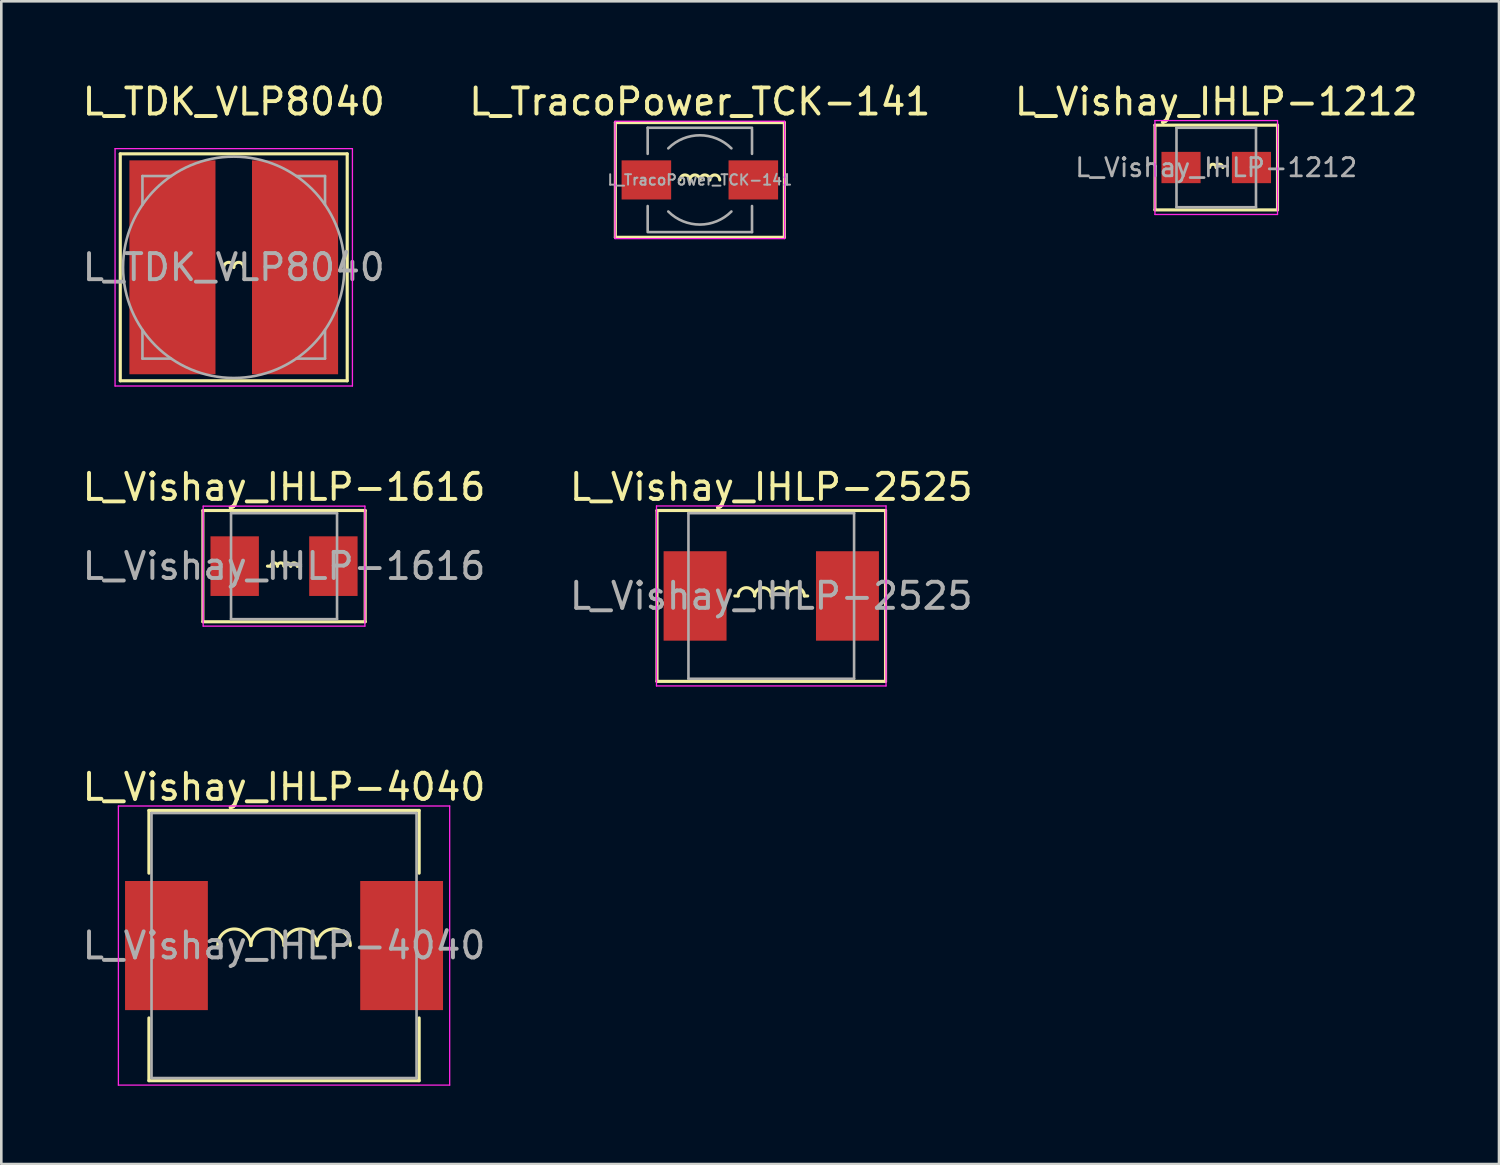
<source format=kicad_pcb>
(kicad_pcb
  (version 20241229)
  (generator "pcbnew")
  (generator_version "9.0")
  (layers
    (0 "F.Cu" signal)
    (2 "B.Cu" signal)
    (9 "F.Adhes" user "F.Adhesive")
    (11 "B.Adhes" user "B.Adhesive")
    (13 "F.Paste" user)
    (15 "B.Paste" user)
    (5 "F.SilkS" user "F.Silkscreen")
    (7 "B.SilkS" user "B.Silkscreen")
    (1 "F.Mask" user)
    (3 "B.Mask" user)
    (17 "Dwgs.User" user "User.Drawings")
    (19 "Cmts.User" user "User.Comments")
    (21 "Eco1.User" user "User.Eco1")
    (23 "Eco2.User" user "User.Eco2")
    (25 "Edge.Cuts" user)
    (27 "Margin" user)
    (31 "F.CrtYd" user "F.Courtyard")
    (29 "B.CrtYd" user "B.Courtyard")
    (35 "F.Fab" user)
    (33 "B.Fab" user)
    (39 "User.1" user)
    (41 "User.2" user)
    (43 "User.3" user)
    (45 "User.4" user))
  (footprint "L_Vishay_IHLP-2525"
    (layer "F.Cu")
    (at 26.518 19.797)
    (property "Reference" "L_Vishay_IHLP-2525" (at 0 -4.175 0) (layer "F.SilkS") (effects (font (size 1 1) (thickness 0.15))))
    (attr smd)
    (fp_line (start -4.381 -3.275) (end -4.381 3.275) (stroke (width 0.12) (type solid)) (layer "F.SilkS"))
    (fp_line (start -4.381 -3.275) (end 4.381 -3.275) (stroke (width 0.12) (type solid)) (layer "F.SilkS"))
    (fp_line (start -4.381 3.275) (end 4.381 3.275) (stroke (width 0.12) (type solid)) (layer "F.SilkS"))
    (fp_line (start -1.27 0) (end -1.397 0) (stroke (width 0.12) (type solid)) (layer "F.SilkS"))
    (fp_line (start 1.397 0) (end 1.27 0) (stroke (width 0.12) (type solid)) (layer "F.SilkS"))
    (fp_line (start 4.381 3.275) (end 4.381 -3.275) (stroke (width 0.12) (type solid)) (layer "F.SilkS"))
    (fp_arc (start -1.27 0) (mid -0.9525 -0.3175) (end -0.635 0) (stroke (width 0.12) (type solid)) (layer "F.SilkS"))
    (fp_arc (start -0.635 0) (mid -0.3175 -0.3175) (end 0 0) (stroke (width 0.12) (type solid)) (layer "F.SilkS"))
    (fp_arc (start 0 0) (mid 0.3175 -0.3175) (end 0.635 0) (stroke (width 0.12) (type solid)) (layer "F.SilkS"))
    (fp_arc (start 0.635 0) (mid 0.9525 -0.3175) (end 1.27 0) (stroke (width 0.12) (type solid)) (layer "F.SilkS"))
    (fp_line (start -4.4 -3.45) (end -4.4 3.45) (stroke (width 0.05) (type solid)) (layer "F.CrtYd"))
    (fp_line (start -4.4 3.45) (end 4.4 3.45) (stroke (width 0.05) (type solid)) (layer "F.CrtYd"))
    (fp_line (start 4.4 -3.45) (end -4.4 -3.45) (stroke (width 0.05) (type solid)) (layer "F.CrtYd"))
    (fp_line (start 4.4 3.45) (end 4.4 -3.45) (stroke (width 0.05) (type solid)) (layer "F.CrtYd"))
    (fp_line (start -3.175 -3.175) (end -3.175 3.175) (stroke (width 0.1) (type solid)) (layer "F.Fab"))
    (fp_line (start -3.175 3.175) (end 3.175 3.175) (stroke (width 0.1) (type solid)) (layer "F.Fab"))
    (fp_line (start 3.175 -3.175) (end -3.175 -3.175) (stroke (width 0.1) (type solid)) (layer "F.Fab"))
    (fp_line (start 3.175 3.175) (end 3.175 -3.175) (stroke (width 0.1) (type solid)) (layer "F.Fab"))
    (fp_text user "${REFERENCE}" (at 0 0 0) (layer "F.Fab") (effects (font (size 1 1) (thickness 0.15))))
    (pad "1" smd rect (at -2.921 0) (size 2.413 3.429) (layers "F.Cu" "F.Mask" "F.Paste"))
    (pad "2" smd rect (at 2.921 0) (size 2.413 3.429) (layers "F.Cu" "F.Mask" "F.Paste")))
  (footprint "L_Vishay_IHLP-4040"
    (layer "F.Cu")
    (at 7.839 33.2)
    (property "Reference" "L_Vishay_IHLP-4040" (at 0 -6.08 0) (layer "F.SilkS") (effects (font (size 1 1) (thickness 0.15))))
    (attr smd)
    (fp_line (start -5.18 -5.18) (end 5.18 -5.18) (stroke (width 0.12) (type solid)) (layer "F.SilkS"))
    (fp_line (start -5.18 -2.775) (end -5.18 -5.18) (stroke (width 0.12) (type solid)) (layer "F.SilkS"))
    (fp_line (start -5.18 2.775) (end -5.18 5.18) (stroke (width 0.12) (type solid)) (layer "F.SilkS"))
    (fp_line (start -5.18 5.18) (end 5.18 5.18) (stroke (width 0.12) (type solid)) (layer "F.SilkS"))
    (fp_line (start 5.18 -5.18) (end 5.18 -2.775) (stroke (width 0.12) (type solid)) (layer "F.SilkS"))
    (fp_line (start 5.18 5.18) (end 5.18 2.775) (stroke (width 0.12) (type solid)) (layer "F.SilkS"))
    (fp_arc (start -2.54 0) (mid -1.905 -0.635) (end -1.27 0) (stroke (width 0.12) (type solid)) (layer "F.SilkS"))
    (fp_arc (start -1.27 0) (mid -0.635 -0.635) (end 0 0) (stroke (width 0.12) (type solid)) (layer "F.SilkS"))
    (fp_arc (start 0 0) (mid 0.635 -0.635) (end 1.27 0) (stroke (width 0.12) (type solid)) (layer "F.SilkS"))
    (fp_arc (start 1.27 0) (mid 1.905 -0.635) (end 2.54 0) (stroke (width 0.12) (type solid)) (layer "F.SilkS"))
    (fp_line (start -6.35 -5.35) (end -6.35 5.35) (stroke (width 0.05) (type solid)) (layer "F.CrtYd"))
    (fp_line (start -6.35 5.35) (end 6.35 5.35) (stroke (width 0.05) (type solid)) (layer "F.CrtYd"))
    (fp_line (start 6.35 -5.35) (end -6.35 -5.35) (stroke (width 0.05) (type solid)) (layer "F.CrtYd"))
    (fp_line (start 6.35 5.35) (end 6.35 -5.35) (stroke (width 0.05) (type solid)) (layer "F.CrtYd"))
    (fp_line (start -5.08 -5.08) (end -5.08 5.08) (stroke (width 0.1) (type solid)) (layer "F.Fab"))
    (fp_line (start -5.08 5.08) (end 5.08 5.08) (stroke (width 0.1) (type solid)) (layer "F.Fab"))
    (fp_line (start 5.08 -5.08) (end -5.08 -5.08) (stroke (width 0.1) (type solid)) (layer "F.Fab"))
    (fp_line (start 5.08 5.08) (end 5.08 -5.08) (stroke (width 0.1) (type solid)) (layer "F.Fab"))
    (fp_text user "${REFERENCE}" (at 0 0 0) (layer "F.Fab") (effects (font (size 1 1) (thickness 0.15))))
    (pad "1" smd rect (at -4.508 0) (size 3.175 4.95) (layers "F.Cu" "F.Mask" "F.Paste"))
    (pad "2" smd rect (at 4.508 0) (size 3.175 4.95) (layers "F.Cu" "F.Mask" "F.Paste")))
  (footprint "L_Vishay_IHLP-1212"
    (layer "F.Cu")
    (at 43.577 3.372)
    (property "Reference" "L_Vishay_IHLP-1212" (at 0 -2.524 0) (layer "F.SilkS") (effects (font (size 1 1) (thickness 0.15))))
    (attr smd)
    (fp_line (start -2.349 -1.624) (end -2.349 1.624) (stroke (width 0.12) (type solid)) (layer "F.SilkS"))
    (fp_line (start -2.349 -1.624) (end 2.349 -1.624) (stroke (width 0.12) (type solid)) (layer "F.SilkS"))
    (fp_line (start -2.349 1.624) (end 2.349 1.624) (stroke (width 0.12) (type solid)) (layer "F.SilkS"))
    (fp_line (start 2.349 -1.624) (end 2.349 1.624) (stroke (width 0.12) (type solid)) (layer "F.SilkS"))
    (fp_arc (start -0.254 0) (mid -0.127 -0.127) (end 0 0) (stroke (width 0.12) (type solid)) (layer "F.SilkS"))
    (fp_arc (start 0 0) (mid 0.127 -0.127) (end 0.254 0) (stroke (width 0.12) (type solid)) (layer "F.SilkS"))
    (fp_line (start -2.35 -1.8) (end -2.35 1.8) (stroke (width 0.05) (type solid)) (layer "F.CrtYd"))
    (fp_line (start -2.35 1.8) (end 2.35 1.8) (stroke (width 0.05) (type solid)) (layer "F.CrtYd"))
    (fp_line (start 2.35 -1.8) (end -2.35 -1.8) (stroke (width 0.05) (type solid)) (layer "F.CrtYd"))
    (fp_line (start 2.35 1.8) (end 2.35 -1.8) (stroke (width 0.05) (type solid)) (layer "F.CrtYd"))
    (fp_line (start -1.524 -1.524) (end -1.524 1.524) (stroke (width 0.1) (type solid)) (layer "F.Fab"))
    (fp_line (start -1.524 1.524) (end 1.524 1.524) (stroke (width 0.1) (type solid)) (layer "F.Fab"))
    (fp_line (start 1.524 -1.524) (end -1.524 -1.524) (stroke (width 0.1) (type solid)) (layer "F.Fab"))
    (fp_line (start 1.524 1.524) (end 1.524 -1.524) (stroke (width 0.1) (type solid)) (layer "F.Fab"))
    (fp_text user "${REFERENCE}" (at 0 0 0) (layer "F.Fab") (effects (font (size 0.7 0.7) (thickness 0.105))))
    (pad "1" smd rect (at -1.35 0) (size 1.5 1.2) (layers "F.Cu" "F.Mask" "F.Paste"))
    (pad "2" smd rect (at 1.35 0) (size 1.5 1.2) (layers "F.Cu" "F.Mask" "F.Paste")))
  (footprint "L_TDK_VLP8040"
    (layer "F.Cu")
    (at 5.911 7.198)
    (property "Reference" "L_TDK_VLP8040" (at 0 -6.35 0) (layer "F.SilkS") (effects (font (size 1 1) (thickness 0.15))))
    (attr smd)
    (fp_line (start -4.35 -4.35) (end -4.35 4.35) (stroke (width 0.12) (type solid)) (layer "F.SilkS"))
    (fp_line (start -4.35 -4.35) (end 4.35 -4.35) (stroke (width 0.12) (type solid)) (layer "F.SilkS"))
    (fp_line (start -4.35 4.35) (end 4.35 4.35) (stroke (width 0.12) (type solid)) (layer "F.SilkS"))
    (fp_line (start 4.35 4.35) (end 4.35 -4.35) (stroke (width 0.12) (type solid)) (layer "F.SilkS"))
    (fp_arc (start -0.381 0) (mid -0.1905 -0.1905) (end 0 0) (stroke (width 0.12) (type solid)) (layer "F.SilkS"))
    (fp_arc (start 0 0) (mid 0.1905 -0.1905) (end 0.381 0) (stroke (width 0.12) (type solid)) (layer "F.SilkS"))
    (fp_line (start -4.55 -4.55) (end -4.55 4.55) (stroke (width 0.05) (type solid)) (layer "F.CrtYd"))
    (fp_line (start -4.55 4.55) (end 4.55 4.55) (stroke (width 0.05) (type solid)) (layer "F.CrtYd"))
    (fp_line (start 4.55 -4.55) (end -4.55 -4.55) (stroke (width 0.05) (type solid)) (layer "F.CrtYd"))
    (fp_line (start 4.55 4.55) (end 4.55 -4.55) (stroke (width 0.05) (type solid)) (layer "F.CrtYd"))
    (fp_line (start -3.5 -3.5) (end -2.4 -3.5) (stroke (width 0.1) (type solid)) (layer "F.Fab"))
    (fp_line (start -3.5 -2.4) (end -3.5 -3.5) (stroke (width 0.1) (type solid)) (layer "F.Fab"))
    (fp_line (start -3.5 2.4) (end -3.5 3.5) (stroke (width 0.1) (type solid)) (layer "F.Fab"))
    (fp_line (start -3.5 3.5) (end -2.4 3.5) (stroke (width 0.1) (type solid)) (layer "F.Fab"))
    (fp_line (start 3.5 -3.5) (end 2.4 -3.5) (stroke (width 0.1) (type solid)) (layer "F.Fab"))
    (fp_line (start 3.5 -3.5) (end 3.5 -2.4) (stroke (width 0.1) (type solid)) (layer "F.Fab"))
    (fp_line (start 3.5 2.4) (end 3.5 3.5) (stroke (width 0.1) (type solid)) (layer "F.Fab"))
    (fp_line (start 3.5 3.5) (end 2.4 3.5) (stroke (width 0.1) (type solid)) (layer "F.Fab"))
    (fp_circle (center 0 0) (end 3 3) (stroke (width 0.1) (type solid)) (fill no) (layer "F.Fab"))
    (fp_text user "${REFERENCE}" (at 0 0 0) (layer "F.Fab") (effects (font (size 1 1) (thickness 0.15))))
    (pad "1" smd rect (at -2.35 0) (size 3.3 8.2) (layers "F.Cu" "F.Mask" "F.Paste"))
    (pad "2" smd rect (at 2.35 0) (size 3.3 8.2) (layers "F.Cu" "F.Mask" "F.Paste")))
  (footprint "L_Vishay_IHLP-1616"
    (layer "F.Cu")
    (at 7.839 18.654)
    (property "Reference" "L_Vishay_IHLP-1616" (at 0 -3.032 0) (layer "F.SilkS") (effects (font (size 1 1) (thickness 0.15))))
    (attr smd)
    (fp_line (start -3.111 -2.132) (end -3.111 2.132) (stroke (width 0.12) (type solid)) (layer "F.SilkS"))
    (fp_line (start -3.111 -2.132) (end 3.111 -2.132) (stroke (width 0.12) (type solid)) (layer "F.SilkS"))
    (fp_line (start -3.111 2.132) (end 3.111 2.132) (stroke (width 0.12) (type solid)) (layer "F.SilkS"))
    (fp_line (start -0.635 0) (end -0.508 0) (stroke (width 0.12) (type solid)) (layer "F.SilkS"))
    (fp_line (start 0.508 0) (end 0.635 0) (stroke (width 0.12) (type solid)) (layer "F.SilkS"))
    (fp_line (start 3.111 2.132) (end 3.111 -2.132) (stroke (width 0.12) (type solid)) (layer "F.SilkS"))
    (fp_arc (start -0.508 0) (mid -0.381 -0.127) (end -0.254 0) (stroke (width 0.12) (type solid)) (layer "F.SilkS"))
    (fp_arc (start -0.254 0) (mid -0.127 -0.127) (end 0 0) (stroke (width 0.12) (type solid)) (layer "F.SilkS"))
    (fp_arc (start 0 0) (mid 0.127 -0.127) (end 0.254 0) (stroke (width 0.12) (type solid)) (layer "F.SilkS"))
    (fp_arc (start 0.254 0) (mid 0.381 -0.127) (end 0.508 0) (stroke (width 0.12) (type solid)) (layer "F.SilkS"))
    (fp_line (start -3.1 -2.3) (end -3.1 2.3) (stroke (width 0.05) (type solid)) (layer "F.CrtYd"))
    (fp_line (start -3.1 2.3) (end 3.1 2.3) (stroke (width 0.05) (type solid)) (layer "F.CrtYd"))
    (fp_line (start 3.1 -2.3) (end -3.1 -2.3) (stroke (width 0.05) (type solid)) (layer "F.CrtYd"))
    (fp_line (start 3.1 2.3) (end 3.1 -2.3) (stroke (width 0.05) (type solid)) (layer "F.CrtYd"))
    (fp_line (start -2.032 -2.032) (end -2.032 2.032) (stroke (width 0.1) (type solid)) (layer "F.Fab"))
    (fp_line (start -2.032 2.032) (end 2.032 2.032) (stroke (width 0.1) (type solid)) (layer "F.Fab"))
    (fp_line (start 2.032 -2.032) (end -2.032 -2.032) (stroke (width 0.1) (type solid)) (layer "F.Fab"))
    (fp_line (start 2.032 2.032) (end 2.032 -2.032) (stroke (width 0.1) (type solid)) (layer "F.Fab"))
    (fp_text user "${REFERENCE}" (at 0 0 0) (layer "F.Fab") (effects (font (size 1 1) (thickness 0.15))))
    (pad "1" smd rect (at -1.892 0) (size 1.855 2.286) (layers "F.Cu" "F.Mask" "F.Paste"))
    (pad "2" smd rect (at 1.892 0) (size 1.855 2.286) (layers "F.Cu" "F.Mask" "F.Paste")))
  (footprint "L_TracoPower_TCK-141"
    (layer "F.Cu")
    (at 23.78 3.848)
    (property "Reference" "L_TracoPower_TCK-141" (at 0 -3 0) (layer "F.SilkS") (effects (font (size 1 1) (thickness 0.15))))
    (attr smd)
    (fp_line (start -3.239 -2.2) (end -3.239 2.2) (stroke (width 0.12) (type solid)) (layer "F.SilkS"))
    (fp_line (start -3.239 -2.2) (end 3.239 -2.2) (stroke (width 0.12) (type solid)) (layer "F.SilkS"))
    (fp_line (start 3.239 -2.2) (end 3.239 2.2) (stroke (width 0.12) (type solid)) (layer "F.SilkS"))
    (fp_line (start 3.239 2.2) (end -3.239 2.2) (stroke (width 0.12) (type solid)) (layer "F.SilkS"))
    (fp_arc (start -0.762 0) (mid -0.5715 -0.1905) (end -0.381 0) (stroke (width 0.12) (type solid)) (layer "F.SilkS"))
    (fp_arc (start -0.381 0) (mid -0.1905 -0.1905) (end 0 0) (stroke (width 0.12) (type solid)) (layer "F.SilkS"))
    (fp_arc (start 0 0) (mid 0.1905 -0.1905) (end 0.381 0) (stroke (width 0.12) (type solid)) (layer "F.SilkS"))
    (fp_arc (start 0.381 0) (mid 0.5715 -0.1905) (end 0.762 0) (stroke (width 0.12) (type solid)) (layer "F.SilkS"))
    (fp_line (start -3.25 -2.25) (end -3.25 2.25) (stroke (width 0.05) (type solid)) (layer "F.CrtYd"))
    (fp_line (start -3.25 -2.25) (end 3.25 -2.25) (stroke (width 0.05) (type solid)) (layer "F.CrtYd"))
    (fp_line (start -3.25 2.25) (end 3.25 2.25) (stroke (width 0.05) (type solid)) (layer "F.CrtYd"))
    (fp_line (start 3.25 2.25) (end 3.25 -2.25) (stroke (width 0.05) (type solid)) (layer "F.CrtYd"))
    (fp_line (start -2 -2) (end -2 -1) (stroke (width 0.1) (type solid)) (layer "F.Fab"))
    (fp_line (start -2 -2) (end 2 -2) (stroke (width 0.1) (type solid)) (layer "F.Fab"))
    (fp_line (start -2 1.95) (end -2 1) (stroke (width 0.1) (type solid)) (layer "F.Fab"))
    (fp_line (start -2 2) (end 2 2) (stroke (width 0.1) (type solid)) (layer "F.Fab"))
    (fp_line (start 2 -1.95) (end 2 -1) (stroke (width 0.1) (type solid)) (layer "F.Fab"))
    (fp_line (start 2 2) (end 2 1) (stroke (width 0.1) (type solid)) (layer "F.Fab"))
    (fp_arc (start -1.21 -1.21) (mid 0 -1.711198) (end 1.21 -1.21) (stroke (width 0.1) (type solid)) (layer "F.Fab"))
    (fp_arc (start 1.21 1.21) (mid 0 1.711198) (end -1.21 1.21) (stroke (width 0.1) (type solid)) (layer "F.Fab"))
    (fp_text user "${REFERENCE}" (at 0 0 0) (layer "F.Fab") (effects (font (size 0.4 0.4) (thickness 0.075))))
    (pad "1" smd rect (at -2.05 0) (size 1.9 1.5) (layers "F.Cu" "F.Mask" "F.Paste"))
    (pad "2" smd rect (at 2.05 0) (size 1.9 1.5) (layers "F.Cu" "F.Mask" "F.Paste")))
  (gr_rect
    (start -3 -3)
    (end 54.417 41.575)
    (stroke (width 0.1) (type default))
    (fill no)
    (layer "Edge.Cuts")))
</source>
